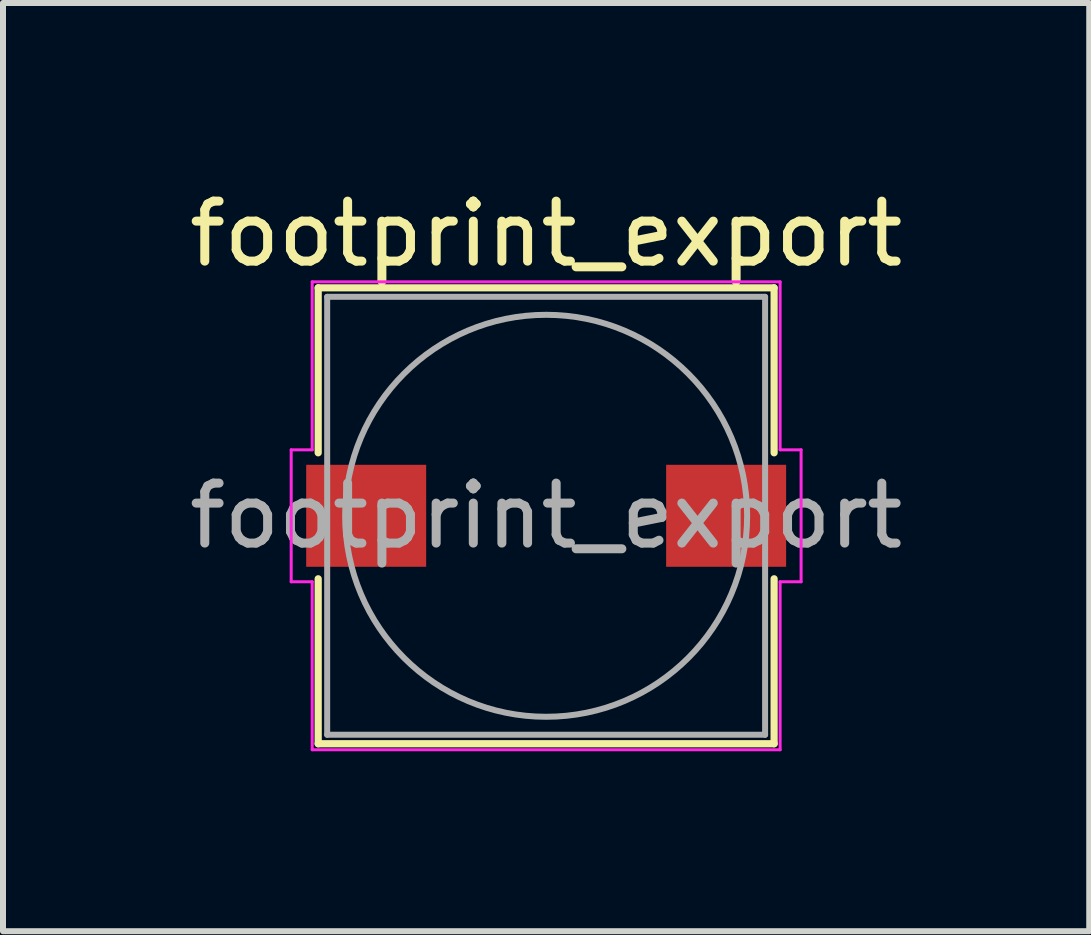
<source format=kicad_pcb>
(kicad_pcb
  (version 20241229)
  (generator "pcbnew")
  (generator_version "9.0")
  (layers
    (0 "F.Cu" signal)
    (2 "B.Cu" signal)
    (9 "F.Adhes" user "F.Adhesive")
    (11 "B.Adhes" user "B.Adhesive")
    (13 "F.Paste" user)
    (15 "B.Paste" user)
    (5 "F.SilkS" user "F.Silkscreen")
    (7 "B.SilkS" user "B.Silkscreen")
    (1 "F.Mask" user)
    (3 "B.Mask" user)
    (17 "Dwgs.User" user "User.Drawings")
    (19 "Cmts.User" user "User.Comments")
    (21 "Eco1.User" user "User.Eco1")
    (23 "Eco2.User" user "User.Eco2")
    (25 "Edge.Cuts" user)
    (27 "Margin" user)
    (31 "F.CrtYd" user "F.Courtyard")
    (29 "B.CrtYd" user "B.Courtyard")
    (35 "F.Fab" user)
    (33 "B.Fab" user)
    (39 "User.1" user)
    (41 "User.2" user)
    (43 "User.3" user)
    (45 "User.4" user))
  (footprint "footprint_export"
    (layer "F.Cu")
    (at 6.054 5.548)
    (property "Reference" "footprint_export" (at 0 -4.7 0) (layer "F.SilkS") (effects (font (size 1 1) (thickness 0.15))))
    (attr smd)
    (fp_line (start -3.8 -3.8) (end 3.8 -3.8) (stroke (width 0.12) (type solid)) (layer "F.SilkS"))
    (fp_line (start -3.8 -1.05) (end -3.8 -3.8) (stroke (width 0.12) (type solid)) (layer "F.SilkS"))
    (fp_line (start -3.8 3.8) (end -3.8 1.05) (stroke (width 0.12) (type solid)) (layer "F.SilkS"))
    (fp_line (start -3.8 3.8) (end 3.8 3.8) (stroke (width 0.12) (type solid)) (layer "F.SilkS"))
    (fp_line (start 3.8 -1.05) (end 3.8 -3.8) (stroke (width 0.12) (type solid)) (layer "F.SilkS"))
    (fp_line (start 3.8 3.8) (end 3.8 1.05) (stroke (width 0.12) (type solid)) (layer "F.SilkS"))
    (fp_line (start -4.25 -1.1) (end -3.9 -1.1) (stroke (width 0.05) (type solid)) (layer "F.CrtYd"))
    (fp_line (start -4.25 1.1) (end -4.25 -1.1) (stroke (width 0.05) (type solid)) (layer "F.CrtYd"))
    (fp_line (start -4.25 1.1) (end -3.9 1.1) (stroke (width 0.05) (type solid)) (layer "F.CrtYd"))
    (fp_line (start -3.9 -3.9) (end 3.9 -3.9) (stroke (width 0.05) (type solid)) (layer "F.CrtYd"))
    (fp_line (start -3.9 -1.1) (end -3.9 -3.9) (stroke (width 0.05) (type solid)) (layer "F.CrtYd"))
    (fp_line (start -3.9 3.9) (end -3.9 1.1) (stroke (width 0.05) (type solid)) (layer "F.CrtYd"))
    (fp_line (start 3.9 -1.1) (end 3.9 -3.9) (stroke (width 0.05) (type solid)) (layer "F.CrtYd"))
    (fp_line (start 3.9 -1.1) (end 4.25 -1.1) (stroke (width 0.05) (type solid)) (layer "F.CrtYd"))
    (fp_line (start 3.9 1.1) (end 4.25 1.1) (stroke (width 0.05) (type solid)) (layer "F.CrtYd"))
    (fp_line (start 3.9 3.9) (end -3.9 3.9) (stroke (width 0.05) (type solid)) (layer "F.CrtYd"))
    (fp_line (start 3.9 3.9) (end 3.9 1.1) (stroke (width 0.05) (type solid)) (layer "F.CrtYd"))
    (fp_line (start 4.25 1.1) (end 4.25 -1.1) (stroke (width 0.05) (type solid)) (layer "F.CrtYd"))
    (fp_line (start -3.65 -3.65) (end -3.65 3.65) (stroke (width 0.1) (type solid)) (layer "F.Fab"))
    (fp_line (start -3.65 3.65) (end 3.65 3.65) (stroke (width 0.1) (type solid)) (layer "F.Fab"))
    (fp_line (start 3.65 -3.65) (end -3.65 -3.65) (stroke (width 0.1) (type solid)) (layer "F.Fab"))
    (fp_line (start 3.65 3.65) (end 3.65 -3.65) (stroke (width 0.1) (type solid)) (layer "F.Fab"))
    (fp_circle (center 0 0) (end 3.35 -0.05) (stroke (width 0.1) (type solid)) (fill no) (layer "F.Fab"))
    (fp_text user "${REFERENCE}" (at 0 0 0) (layer "F.Fab") (effects (font (size 1 1) (thickness 0.15))))
    (pad "1" smd rect (at -3 0) (size 2 1.7) (layers "F.Cu" "F.Mask" "F.Paste"))
    (pad "2" smd rect (at 3 0) (size 2 1.7) (layers "F.Cu" "F.Mask" "F.Paste")))
  (gr_rect
    (start -3 -3)
    (end 15.107 12.473)
    (stroke (width 0.1) (type default))
    (fill no)
    (layer "Edge.Cuts")))
</source>
